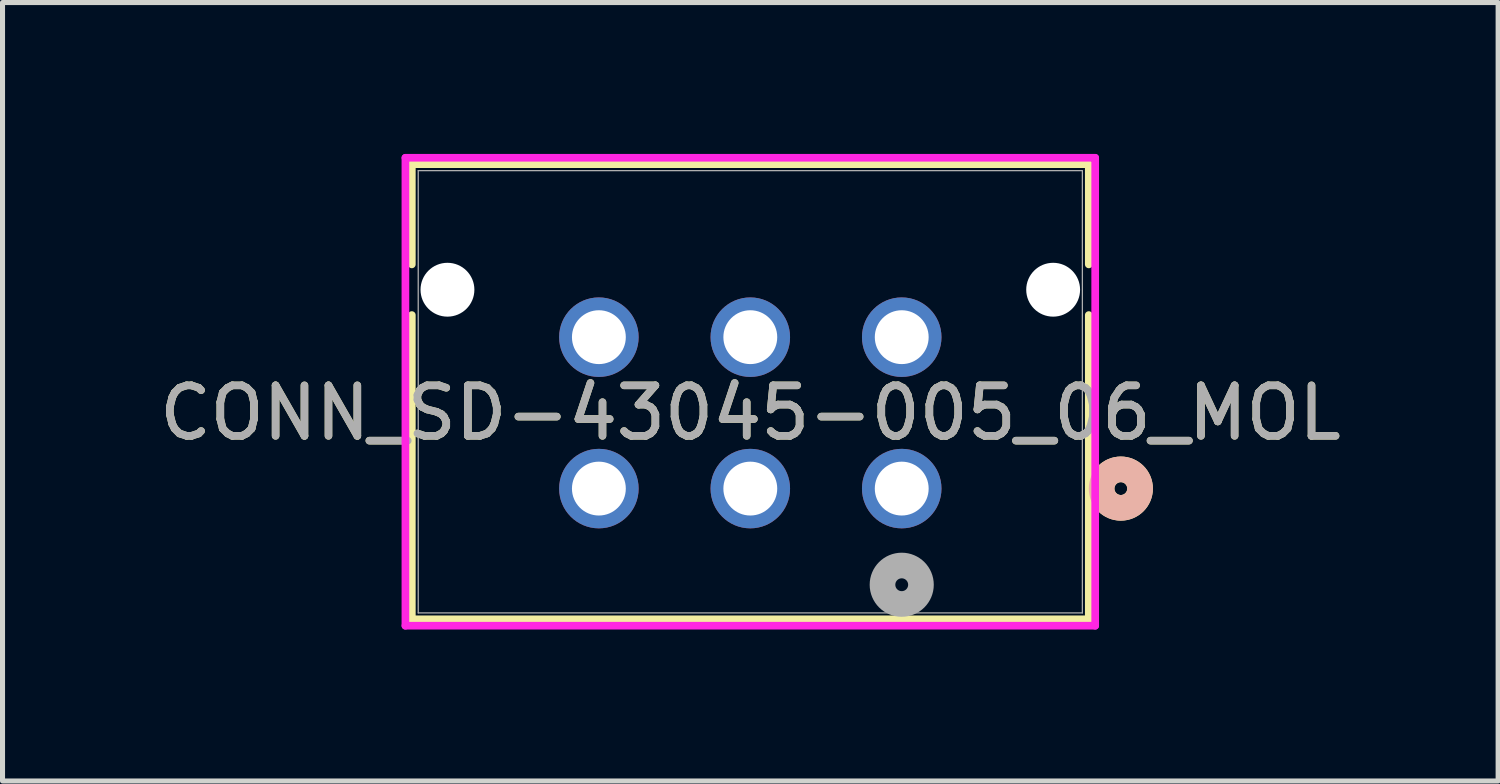
<source format=kicad_pcb>
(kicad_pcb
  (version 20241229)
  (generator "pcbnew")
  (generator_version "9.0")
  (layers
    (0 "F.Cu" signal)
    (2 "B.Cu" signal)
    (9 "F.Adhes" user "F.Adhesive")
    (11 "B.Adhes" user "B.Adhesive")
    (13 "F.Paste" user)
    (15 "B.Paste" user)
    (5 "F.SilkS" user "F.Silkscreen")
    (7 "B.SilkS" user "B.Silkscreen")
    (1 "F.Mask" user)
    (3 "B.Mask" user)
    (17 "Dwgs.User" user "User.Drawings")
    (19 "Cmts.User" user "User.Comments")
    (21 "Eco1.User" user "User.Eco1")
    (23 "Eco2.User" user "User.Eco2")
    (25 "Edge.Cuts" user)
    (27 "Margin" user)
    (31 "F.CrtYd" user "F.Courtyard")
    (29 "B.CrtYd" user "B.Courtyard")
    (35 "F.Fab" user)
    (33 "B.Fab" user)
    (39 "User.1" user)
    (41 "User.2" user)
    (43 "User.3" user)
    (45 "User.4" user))
  (footprint "CONN_SD-43045-005_06_MOL"
    (layer "F.Cu")
    (at 14.815 6.63)
    (property "Reference" "CONN_SD-43045-005_06_MOL" (at -3 -1.5 0) (unlocked yes) (layer "F.SilkS") (effects (font (size 1 1) (thickness 0.15))))
    (attr through_hole)
    (fp_line (start -9.706 -6.427) (end -9.706 -4.442) (stroke (width 0.152) (type solid)) (layer "F.SilkS"))
    (fp_line (start -9.706 -3.438) (end -9.706 2.59) (stroke (width 0.152) (type solid)) (layer "F.SilkS"))
    (fp_line (start -9.706 2.59) (end 3.706 2.59) (stroke (width 0.152) (type solid)) (layer "F.SilkS"))
    (fp_line (start 3.706 -6.427) (end -9.706 -6.427) (stroke (width 0.152) (type solid)) (layer "F.SilkS"))
    (fp_line (start 3.706 -4.442) (end 3.706 -6.427) (stroke (width 0.152) (type solid)) (layer "F.SilkS"))
    (fp_line (start 3.706 2.59) (end 3.706 -3.438) (stroke (width 0.152) (type solid)) (layer "F.SilkS"))
    (fp_circle (center 4.341 0) (end 4.722 0) (stroke (width 0.508) (type solid)) (fill no) (layer "F.SilkS"))
    (fp_circle (center 4.341 0) (end 4.722 0) (stroke (width 0.508) (type solid)) (fill no) (layer "B.SilkS"))
    (fp_line (start -9.833 -6.554) (end -9.833 2.717) (stroke (width 0.152) (type solid)) (layer "F.CrtYd"))
    (fp_line (start -9.833 2.717) (end 3.833 2.717) (stroke (width 0.152) (type solid)) (layer "F.CrtYd"))
    (fp_line (start 3.833 -6.554) (end -9.833 -6.554) (stroke (width 0.152) (type solid)) (layer "F.CrtYd"))
    (fp_line (start 3.833 2.717) (end 3.833 -6.554) (stroke (width 0.152) (type solid)) (layer "F.CrtYd"))
    (fp_line (start -9.579 -6.3) (end -9.579 2.463) (stroke (width 0.025) (type solid)) (layer "F.Fab"))
    (fp_line (start -9.579 2.463) (end 3.579 2.463) (stroke (width 0.025) (type solid)) (layer "F.Fab"))
    (fp_line (start 3.579 -6.3) (end -9.579 -6.3) (stroke (width 0.025) (type solid)) (layer "F.Fab"))
    (fp_line (start 3.579 2.463) (end 3.579 -6.3) (stroke (width 0.025) (type solid)) (layer "F.Fab"))
    (fp_circle (center 0 1.905) (end 0.381 1.905) (stroke (width 0.508) (type solid)) (fill no) (layer "F.Fab"))
    (fp_text user "${REFERENCE}" (at -3 -1.5 0) (unlocked yes) (layer "F.Fab") (effects (font (size 1 1) (thickness 0.15))))
    (pad "" np_thru_hole circle (at -9 -3.94) (size 1.067 1.067) (drill 1.067) (layers "*.Cu" "*.Mask"))
    (pad "" np_thru_hole circle (at 3 -3.94) (size 1.067 1.067) (drill 1.067) (layers "*.Cu" "*.Mask"))
    (pad "1" thru_hole circle (at 0 0) (size 1.575 1.575) (drill 1.067) (layers "*.Cu" "*.Mask"))
    (pad "2" thru_hole circle (at -3 0) (size 1.575 1.575) (drill 1.067) (layers "*.Cu" "*.Mask"))
    (pad "3" thru_hole circle (at -6 0) (size 1.575 1.575) (drill 1.067) (layers "*.Cu" "*.Mask"))
    (pad "4" thru_hole circle (at 0 -3) (size 1.575 1.575) (drill 1.067) (layers "*.Cu" "*.Mask"))
    (pad "5" thru_hole circle (at -3 -3) (size 1.575 1.575) (drill 1.067) (layers "*.Cu" "*.Mask"))
    (pad "6" thru_hole circle (at -6 -3) (size 1.575 1.575) (drill 1.067) (layers "*.Cu" "*.Mask")))
  (gr_rect
    (start -3 -3)
    (end 26.631 12.423)
    (stroke (width 0.1) (type default))
    (fill no)
    (layer "Edge.Cuts")))
</source>
